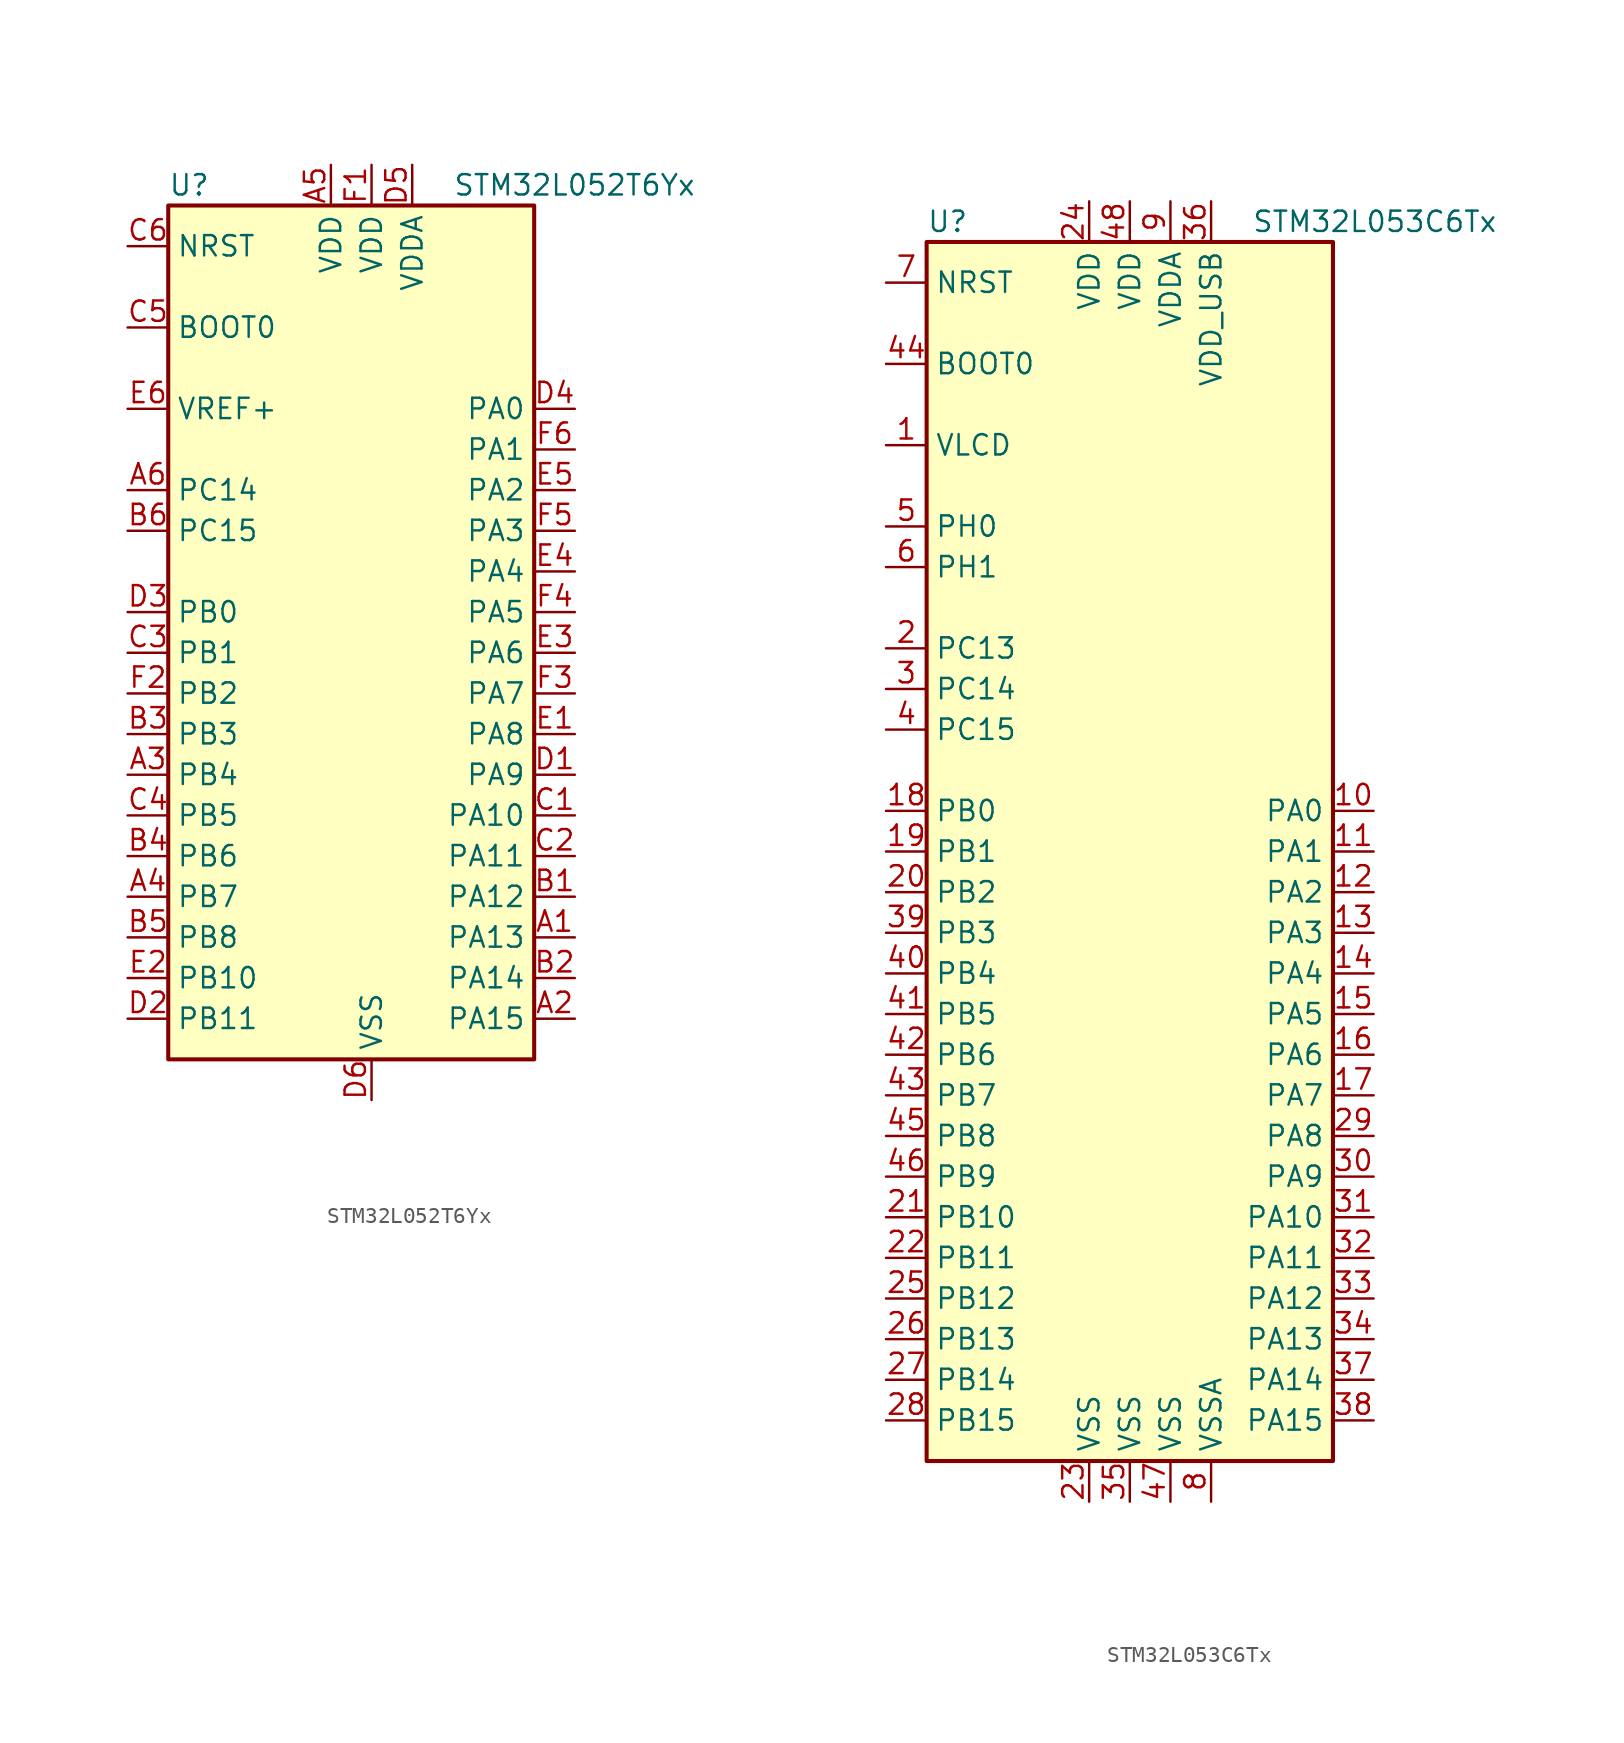
<source format=kicad_sym>
(kicad_symbol_lib
  (version 20201005)
  (generator kicad_symbol_editor)
  (symbol "STM32L052T6Yx"
    (property "Reference" "U"
      (at -12.7 26.67 0)
      (effects (font (size 1.27 1.27)) (justify left)))
    (property "Value" "STM32L052T6Yx"
      (at 5.08 26.67 0)
      (effects (font (size 1.27 1.27)) (justify left)))
    (symbol "STM32L052T6Yx_0_1"
      (rectangle (start -12.7 -27.94) (end 10.16 25.4) (stroke (width 0.254)) (fill (type background))))
    (symbol "STM32L052T6Yx_1_1"
      (pin input line (at -15.24 17.78 0) (length 2.54) (name "BOOT0" (effects (font (size 1.27 1.27)))) (number "C5" (effects (font (size 1.27 1.27)))))
      (pin input line (at -15.24 22.86 0) (length 2.54) (name "NRST" (effects (font (size 1.27 1.27)))) (number "C6" (effects (font (size 1.27 1.27)))))
      (pin bidirectional line (at 12.7 12.7 180) (length 2.54) (name "PA0" (effects (font (size 1.27 1.27)))) (number "D4" (effects (font (size 1.27 1.27)))))
      (pin bidirectional line (at 12.7 10.16 180) (length 2.54) (name "PA1" (effects (font (size 1.27 1.27)))) (number "F6" (effects (font (size 1.27 1.27)))))
      (pin bidirectional line (at 12.7 -12.7 180) (length 2.54) (name "PA10" (effects (font (size 1.27 1.27)))) (number "C1" (effects (font (size 1.27 1.27)))))
      (pin bidirectional line (at 12.7 -15.24 180) (length 2.54) (name "PA11" (effects (font (size 1.27 1.27)))) (number "C2" (effects (font (size 1.27 1.27)))))
      (pin bidirectional line (at 12.7 -17.78 180) (length 2.54) (name "PA12" (effects (font (size 1.27 1.27)))) (number "B1" (effects (font (size 1.27 1.27)))))
      (pin bidirectional line (at 12.7 -20.32 180) (length 2.54) (name "PA13" (effects (font (size 1.27 1.27)))) (number "A1" (effects (font (size 1.27 1.27)))))
      (pin bidirectional line (at 12.7 -22.86 180) (length 2.54) (name "PA14" (effects (font (size 1.27 1.27)))) (number "B2" (effects (font (size 1.27 1.27)))))
      (pin bidirectional line (at 12.7 -25.4 180) (length 2.54) (name "PA15" (effects (font (size 1.27 1.27)))) (number "A2" (effects (font (size 1.27 1.27)))))
      (pin bidirectional line (at 12.7 7.62 180) (length 2.54) (name "PA2" (effects (font (size 1.27 1.27)))) (number "E5" (effects (font (size 1.27 1.27)))))
      (pin bidirectional line (at 12.7 5.08 180) (length 2.54) (name "PA3" (effects (font (size 1.27 1.27)))) (number "F5" (effects (font (size 1.27 1.27)))))
      (pin bidirectional line (at 12.7 2.54 180) (length 2.54) (name "PA4" (effects (font (size 1.27 1.27)))) (number "E4" (effects (font (size 1.27 1.27)))))
      (pin bidirectional line (at 12.7 0 180) (length 2.54) (name "PA5" (effects (font (size 1.27 1.27)))) (number "F4" (effects (font (size 1.27 1.27)))))
      (pin bidirectional line (at 12.7 -2.54 180) (length 2.54) (name "PA6" (effects (font (size 1.27 1.27)))) (number "E3" (effects (font (size 1.27 1.27)))))
      (pin bidirectional line (at 12.7 -5.08 180) (length 2.54) (name "PA7" (effects (font (size 1.27 1.27)))) (number "F3" (effects (font (size 1.27 1.27)))))
      (pin bidirectional line (at 12.7 -7.62 180) (length 2.54) (name "PA8" (effects (font (size 1.27 1.27)))) (number "E1" (effects (font (size 1.27 1.27)))))
      (pin bidirectional line (at 12.7 -10.16 180) (length 2.54) (name "PA9" (effects (font (size 1.27 1.27)))) (number "D1" (effects (font (size 1.27 1.27)))))
      (pin bidirectional line (at -15.24 0 0) (length 2.54) (name "PB0" (effects (font (size 1.27 1.27)))) (number "D3" (effects (font (size 1.27 1.27)))))
      (pin bidirectional line (at -15.24 -2.54 0) (length 2.54) (name "PB1" (effects (font (size 1.27 1.27)))) (number "C3" (effects (font (size 1.27 1.27)))))
      (pin bidirectional line (at -15.24 -22.86 0) (length 2.54) (name "PB10" (effects (font (size 1.27 1.27)))) (number "E2" (effects (font (size 1.27 1.27)))))
      (pin bidirectional line (at -15.24 -25.4 0) (length 2.54) (name "PB11" (effects (font (size 1.27 1.27)))) (number "D2" (effects (font (size 1.27 1.27)))))
      (pin bidirectional line (at -15.24 -5.08 0) (length 2.54) (name "PB2" (effects (font (size 1.27 1.27)))) (number "F2" (effects (font (size 1.27 1.27)))))
      (pin bidirectional line (at -15.24 -7.62 0) (length 2.54) (name "PB3" (effects (font (size 1.27 1.27)))) (number "B3" (effects (font (size 1.27 1.27)))))
      (pin bidirectional line (at -15.24 -10.16 0) (length 2.54) (name "PB4" (effects (font (size 1.27 1.27)))) (number "A3" (effects (font (size 1.27 1.27)))))
      (pin bidirectional line (at -15.24 -12.7 0) (length 2.54) (name "PB5" (effects (font (size 1.27 1.27)))) (number "C4" (effects (font (size 1.27 1.27)))))
      (pin bidirectional line (at -15.24 -15.24 0) (length 2.54) (name "PB6" (effects (font (size 1.27 1.27)))) (number "B4" (effects (font (size 1.27 1.27)))))
      (pin bidirectional line (at -15.24 -17.78 0) (length 2.54) (name "PB7" (effects (font (size 1.27 1.27)))) (number "A4" (effects (font (size 1.27 1.27)))))
      (pin bidirectional line (at -15.24 -20.32 0) (length 2.54) (name "PB8" (effects (font (size 1.27 1.27)))) (number "B5" (effects (font (size 1.27 1.27)))))
      (pin bidirectional line (at -15.24 7.62 0) (length 2.54) (name "PC14" (effects (font (size 1.27 1.27)))) (number "A6" (effects (font (size 1.27 1.27)))))
      (pin bidirectional line (at -15.24 5.08 0) (length 2.54) (name "PC15" (effects (font (size 1.27 1.27)))) (number "B6" (effects (font (size 1.27 1.27)))))
      (pin power_in line (at -2.54 27.94 270) (length 2.54) (name "VDD" (effects (font (size 1.27 1.27)))) (number "A5" (effects (font (size 1.27 1.27)))))
      (pin power_in line (at 0 27.94 270) (length 2.54) (name "VDD" (effects (font (size 1.27 1.27)))) (number "F1" (effects (font (size 1.27 1.27)))))
      (pin power_in line (at 2.54 27.94 270) (length 2.54) (name "VDDA" (effects (font (size 1.27 1.27)))) (number "D5" (effects (font (size 1.27 1.27)))))
      (pin power_in line (at -15.24 12.7 0) (length 2.54) (name "VREF+" (effects (font (size 1.27 1.27)))) (number "E6" (effects (font (size 1.27 1.27)))))
      (pin power_in line (at 0 -30.48 90) (length 2.54) (name "VSS" (effects (font (size 1.27 1.27)))) (number "D6" (effects (font (size 1.27 1.27)))))))
  (symbol "STM32L053C6Tx"
    (property "Reference" "U"
      (at -12.7 39.37 0)
      (effects (font (size 1.27 1.27)) (justify left)))
    (property "Value" "STM32L053C6Tx"
      (at 7.62 39.37 0)
      (effects (font (size 1.27 1.27)) (justify left)))
    (symbol "STM32L053C6Tx_0_1"
      (rectangle (start -12.7 -38.1) (end 12.7 38.1) (stroke (width 0.254)) (fill (type background))))
    (symbol "STM32L053C6Tx_1_1"
      (pin input line (at -15.24 30.48 0) (length 2.54) (name "BOOT0" (effects (font (size 1.27 1.27)))) (number "44" (effects (font (size 1.27 1.27)))))
      (pin input line (at -15.24 35.56 0) (length 2.54) (name "NRST" (effects (font (size 1.27 1.27)))) (number "7" (effects (font (size 1.27 1.27)))))
      (pin bidirectional line (at 15.24 2.54 180) (length 2.54) (name "PA0" (effects (font (size 1.27 1.27)))) (number "10" (effects (font (size 1.27 1.27)))))
      (pin bidirectional line (at 15.24 0 180) (length 2.54) (name "PA1" (effects (font (size 1.27 1.27)))) (number "11" (effects (font (size 1.27 1.27)))))
      (pin bidirectional line (at 15.24 -22.86 180) (length 2.54) (name "PA10" (effects (font (size 1.27 1.27)))) (number "31" (effects (font (size 1.27 1.27)))))
      (pin bidirectional line (at 15.24 -25.4 180) (length 2.54) (name "PA11" (effects (font (size 1.27 1.27)))) (number "32" (effects (font (size 1.27 1.27)))))
      (pin bidirectional line (at 15.24 -27.94 180) (length 2.54) (name "PA12" (effects (font (size 1.27 1.27)))) (number "33" (effects (font (size 1.27 1.27)))))
      (pin bidirectional line (at 15.24 -30.48 180) (length 2.54) (name "PA13" (effects (font (size 1.27 1.27)))) (number "34" (effects (font (size 1.27 1.27)))))
      (pin bidirectional line (at 15.24 -33.02 180) (length 2.54) (name "PA14" (effects (font (size 1.27 1.27)))) (number "37" (effects (font (size 1.27 1.27)))))
      (pin bidirectional line (at 15.24 -35.56 180) (length 2.54) (name "PA15" (effects (font (size 1.27 1.27)))) (number "38" (effects (font (size 1.27 1.27)))))
      (pin bidirectional line (at 15.24 -2.54 180) (length 2.54) (name "PA2" (effects (font (size 1.27 1.27)))) (number "12" (effects (font (size 1.27 1.27)))))
      (pin bidirectional line (at 15.24 -5.08 180) (length 2.54) (name "PA3" (effects (font (size 1.27 1.27)))) (number "13" (effects (font (size 1.27 1.27)))))
      (pin bidirectional line (at 15.24 -7.62 180) (length 2.54) (name "PA4" (effects (font (size 1.27 1.27)))) (number "14" (effects (font (size 1.27 1.27)))))
      (pin bidirectional line (at 15.24 -10.16 180) (length 2.54) (name "PA5" (effects (font (size 1.27 1.27)))) (number "15" (effects (font (size 1.27 1.27)))))
      (pin bidirectional line (at 15.24 -12.7 180) (length 2.54) (name "PA6" (effects (font (size 1.27 1.27)))) (number "16" (effects (font (size 1.27 1.27)))))
      (pin bidirectional line (at 15.24 -15.24 180) (length 2.54) (name "PA7" (effects (font (size 1.27 1.27)))) (number "17" (effects (font (size 1.27 1.27)))))
      (pin bidirectional line (at 15.24 -17.78 180) (length 2.54) (name "PA8" (effects (font (size 1.27 1.27)))) (number "29" (effects (font (size 1.27 1.27)))))
      (pin bidirectional line (at 15.24 -20.32 180) (length 2.54) (name "PA9" (effects (font (size 1.27 1.27)))) (number "30" (effects (font (size 1.27 1.27)))))
      (pin bidirectional line (at -15.24 2.54 0) (length 2.54) (name "PB0" (effects (font (size 1.27 1.27)))) (number "18" (effects (font (size 1.27 1.27)))))
      (pin bidirectional line (at -15.24 0 0) (length 2.54) (name "PB1" (effects (font (size 1.27 1.27)))) (number "19" (effects (font (size 1.27 1.27)))))
      (pin bidirectional line (at -15.24 -22.86 0) (length 2.54) (name "PB10" (effects (font (size 1.27 1.27)))) (number "21" (effects (font (size 1.27 1.27)))))
      (pin bidirectional line (at -15.24 -25.4 0) (length 2.54) (name "PB11" (effects (font (size 1.27 1.27)))) (number "22" (effects (font (size 1.27 1.27)))))
      (pin bidirectional line (at -15.24 -27.94 0) (length 2.54) (name "PB12" (effects (font (size 1.27 1.27)))) (number "25" (effects (font (size 1.27 1.27)))))
      (pin bidirectional line (at -15.24 -30.48 0) (length 2.54) (name "PB13" (effects (font (size 1.27 1.27)))) (number "26" (effects (font (size 1.27 1.27)))))
      (pin bidirectional line (at -15.24 -33.02 0) (length 2.54) (name "PB14" (effects (font (size 1.27 1.27)))) (number "27" (effects (font (size 1.27 1.27)))))
      (pin bidirectional line (at -15.24 -35.56 0) (length 2.54) (name "PB15" (effects (font (size 1.27 1.27)))) (number "28" (effects (font (size 1.27 1.27)))))
      (pin bidirectional line (at -15.24 -2.54 0) (length 2.54) (name "PB2" (effects (font (size 1.27 1.27)))) (number "20" (effects (font (size 1.27 1.27)))))
      (pin bidirectional line (at -15.24 -5.08 0) (length 2.54) (name "PB3" (effects (font (size 1.27 1.27)))) (number "39" (effects (font (size 1.27 1.27)))))
      (pin bidirectional line (at -15.24 -7.62 0) (length 2.54) (name "PB4" (effects (font (size 1.27 1.27)))) (number "40" (effects (font (size 1.27 1.27)))))
      (pin bidirectional line (at -15.24 -10.16 0) (length 2.54) (name "PB5" (effects (font (size 1.27 1.27)))) (number "41" (effects (font (size 1.27 1.27)))))
      (pin bidirectional line (at -15.24 -12.7 0) (length 2.54) (name "PB6" (effects (font (size 1.27 1.27)))) (number "42" (effects (font (size 1.27 1.27)))))
      (pin bidirectional line (at -15.24 -15.24 0) (length 2.54) (name "PB7" (effects (font (size 1.27 1.27)))) (number "43" (effects (font (size 1.27 1.27)))))
      (pin bidirectional line (at -15.24 -17.78 0) (length 2.54) (name "PB8" (effects (font (size 1.27 1.27)))) (number "45" (effects (font (size 1.27 1.27)))))
      (pin bidirectional line (at -15.24 -20.32 0) (length 2.54) (name "PB9" (effects (font (size 1.27 1.27)))) (number "46" (effects (font (size 1.27 1.27)))))
      (pin bidirectional line (at -15.24 12.7 0) (length 2.54) (name "PC13" (effects (font (size 1.27 1.27)))) (number "2" (effects (font (size 1.27 1.27)))))
      (pin bidirectional line (at -15.24 10.16 0) (length 2.54) (name "PC14" (effects (font (size 1.27 1.27)))) (number "3" (effects (font (size 1.27 1.27)))))
      (pin bidirectional line (at -15.24 7.62 0) (length 2.54) (name "PC15" (effects (font (size 1.27 1.27)))) (number "4" (effects (font (size 1.27 1.27)))))
      (pin input line (at -15.24 20.32 0) (length 2.54) (name "PH0" (effects (font (size 1.27 1.27)))) (number "5" (effects (font (size 1.27 1.27)))))
      (pin input line (at -15.24 17.78 0) (length 2.54) (name "PH1" (effects (font (size 1.27 1.27)))) (number "6" (effects (font (size 1.27 1.27)))))
      (pin power_in line (at -2.54 40.64 270) (length 2.54) (name "VDD" (effects (font (size 1.27 1.27)))) (number "24" (effects (font (size 1.27 1.27)))))
      (pin power_in line (at 0 40.64 270) (length 2.54) (name "VDD" (effects (font (size 1.27 1.27)))) (number "48" (effects (font (size 1.27 1.27)))))
      (pin power_in line (at 2.54 40.64 270) (length 2.54) (name "VDDA" (effects (font (size 1.27 1.27)))) (number "9" (effects (font (size 1.27 1.27)))))
      (pin power_in line (at 5.08 40.64 270) (length 2.54) (name "VDD_USB" (effects (font (size 1.27 1.27)))) (number "36" (effects (font (size 1.27 1.27)))))
      (pin power_in line (at -15.24 25.4 0) (length 2.54) (name "VLCD" (effects (font (size 1.27 1.27)))) (number "1" (effects (font (size 1.27 1.27)))))
      (pin power_in line (at -2.54 -40.64 90) (length 2.54) (name "VSS" (effects (font (size 1.27 1.27)))) (number "23" (effects (font (size 1.27 1.27)))))
      (pin power_in line (at 0 -40.64 90) (length 2.54) (name "VSS" (effects (font (size 1.27 1.27)))) (number "35" (effects (font (size 1.27 1.27)))))
      (pin power_in line (at 2.54 -40.64 90) (length 2.54) (name "VSS" (effects (font (size 1.27 1.27)))) (number "47" (effects (font (size 1.27 1.27)))))
      (pin power_in line (at 5.08 -40.64 90) (length 2.54) (name "VSSA" (effects (font (size 1.27 1.27)))) (number "8" (effects (font (size 1.27 1.27))))))))
</source>
